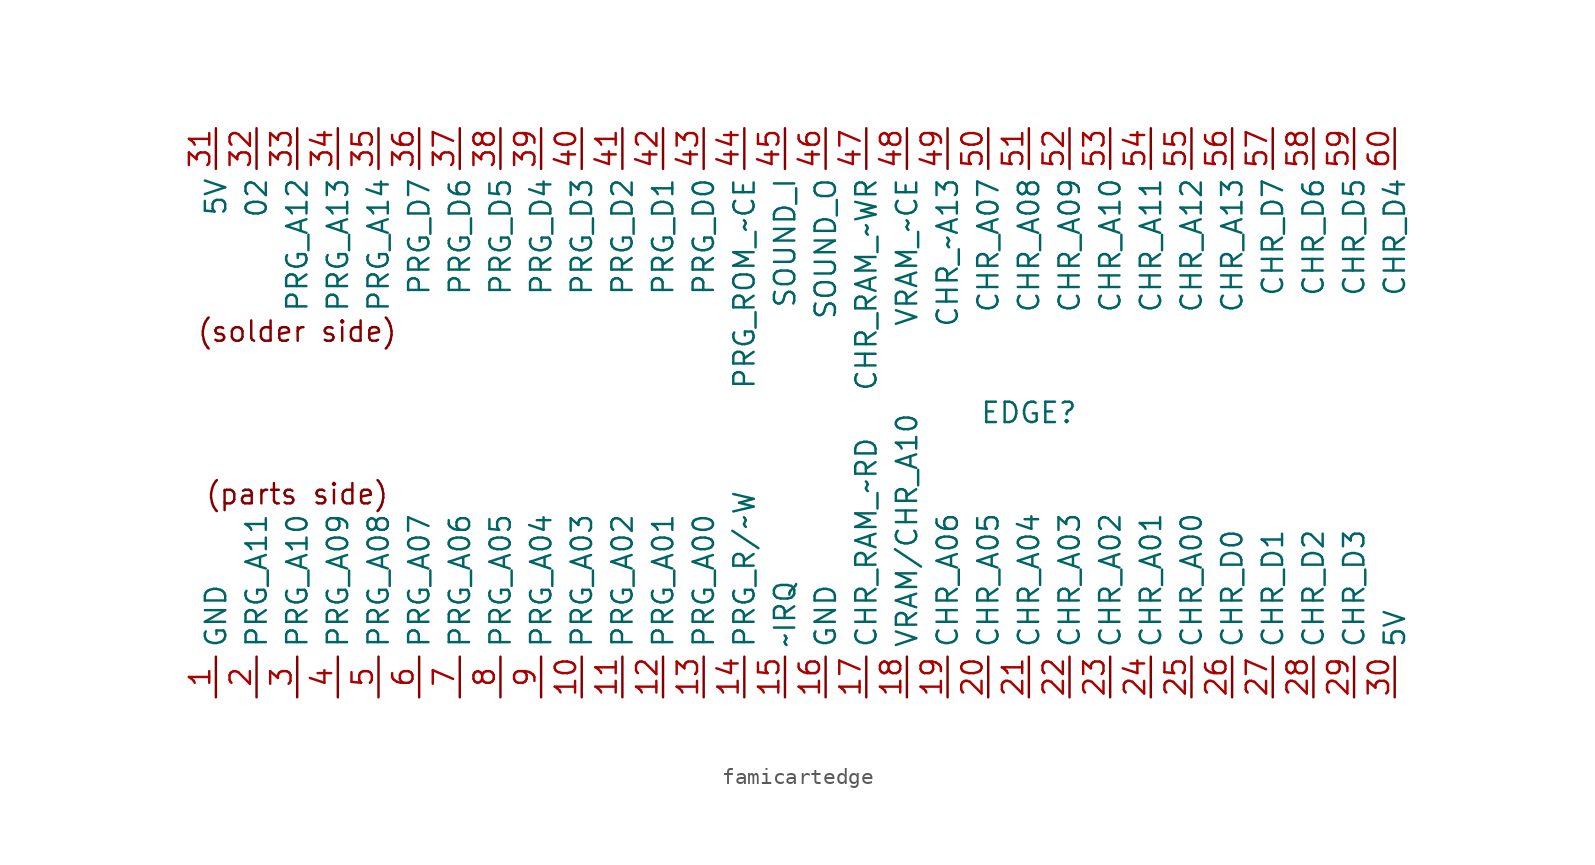
<source format=kicad_sym>
(kicad_symbol_lib
  (version 20220914)
  (generator kicad_symbol_editor)
  (symbol "famicartedge"
    (property "Reference" "EDGE"
      (at 20.32 -2.54 0)
      (effects (font (size 1.27 1.27))))
    (property "Value" ""
      (at 0 0 0)
      (effects (font (size 1.27 1.27))))
    (symbol "famicartedge_1_1"
      (text "(parts side)" (at -25.4 -7.62 0) (effects (font (size 1.27 1.27))))
      (text "(solder side)" (at -25.4 2.54 0) (effects (font (size 1.27 1.27))))
      (pin input line (at -30.48 -20.32 90) (length 2.54) (name "GND" (effects (font (size 1.27 1.27)))) (number "1" (effects (font (size 1.27 1.27)))))
      (pin input line (at -7.62 -20.32 90) (length 2.54) (name "PRG_A03" (effects (font (size 1.27 1.27)))) (number "10" (effects (font (size 1.27 1.27)))))
      (pin input line (at -5.08 -20.32 90) (length 2.54) (name "PRG_A02" (effects (font (size 1.27 1.27)))) (number "11" (effects (font (size 1.27 1.27)))))
      (pin input line (at -2.54 -20.32 90) (length 2.54) (name "PRG_A01" (effects (font (size 1.27 1.27)))) (number "12" (effects (font (size 1.27 1.27)))))
      (pin input line (at 0 -20.32 90) (length 2.54) (name "PRG_A00" (effects (font (size 1.27 1.27)))) (number "13" (effects (font (size 1.27 1.27)))))
      (pin input line (at 2.54 -20.32 90) (length 2.54) (name "PRG_R/~W" (effects (font (size 1.27 1.27)))) (number "14" (effects (font (size 1.27 1.27)))))
      (pin input line (at 5.08 -20.32 90) (length 2.54) (name "~IRQ" (effects (font (size 1.27 1.27)))) (number "15" (effects (font (size 1.27 1.27)))))
      (pin input line (at 7.62 -20.32 90) (length 2.54) (name "GND" (effects (font (size 1.27 1.27)))) (number "16" (effects (font (size 1.27 1.27)))))
      (pin input line (at 10.16 -20.32 90) (length 2.54) (name "CHR_RAM_~RD" (effects (font (size 1.27 1.27)))) (number "17" (effects (font (size 1.27 1.27)))))
      (pin input line (at 12.7 -20.32 90) (length 2.54) (name "VRAM/CHR_A10" (effects (font (size 1.27 1.27)))) (number "18" (effects (font (size 1.27 1.27)))))
      (pin input line (at 15.24 -20.32 90) (length 2.54) (name "CHR_A06" (effects (font (size 1.27 1.27)))) (number "19" (effects (font (size 1.27 1.27)))))
      (pin input line (at -27.94 -20.32 90) (length 2.54) (name "PRG_A11" (effects (font (size 1.27 1.27)))) (number "2" (effects (font (size 1.27 1.27)))))
      (pin input line (at 17.78 -20.32 90) (length 2.54) (name "CHR_A05" (effects (font (size 1.27 1.27)))) (number "20" (effects (font (size 1.27 1.27)))))
      (pin input line (at 20.32 -20.32 90) (length 2.54) (name "CHR_A04" (effects (font (size 1.27 1.27)))) (number "21" (effects (font (size 1.27 1.27)))))
      (pin input line (at 22.86 -20.32 90) (length 2.54) (name "CHR_A03" (effects (font (size 1.27 1.27)))) (number "22" (effects (font (size 1.27 1.27)))))
      (pin input line (at 25.4 -20.32 90) (length 2.54) (name "CHR_A02" (effects (font (size 1.27 1.27)))) (number "23" (effects (font (size 1.27 1.27)))))
      (pin input line (at 27.94 -20.32 90) (length 2.54) (name "CHR_A01" (effects (font (size 1.27 1.27)))) (number "24" (effects (font (size 1.27 1.27)))))
      (pin input line (at 30.48 -20.32 90) (length 2.54) (name "CHR_A00" (effects (font (size 1.27 1.27)))) (number "25" (effects (font (size 1.27 1.27)))))
      (pin input line (at 33.02 -20.32 90) (length 2.54) (name "CHR_D0" (effects (font (size 1.27 1.27)))) (number "26" (effects (font (size 1.27 1.27)))))
      (pin input line (at 35.56 -20.32 90) (length 2.54) (name "CHR_D1" (effects (font (size 1.27 1.27)))) (number "27" (effects (font (size 1.27 1.27)))))
      (pin input line (at 38.1 -20.32 90) (length 2.54) (name "CHR_D2" (effects (font (size 1.27 1.27)))) (number "28" (effects (font (size 1.27 1.27)))))
      (pin input line (at 40.64 -20.32 90) (length 2.54) (name "CHR_D3" (effects (font (size 1.27 1.27)))) (number "29" (effects (font (size 1.27 1.27)))))
      (pin input line (at -25.4 -20.32 90) (length 2.54) (name "PRG_A10" (effects (font (size 1.27 1.27)))) (number "3" (effects (font (size 1.27 1.27)))))
      (pin input line (at 43.18 -20.32 90) (length 2.54) (name "5V" (effects (font (size 1.27 1.27)))) (number "30" (effects (font (size 1.27 1.27)))))
      (pin input line (at -30.48 15.24 270) (length 2.54) (name "5V" (effects (font (size 1.27 1.27)))) (number "31" (effects (font (size 1.27 1.27)))))
      (pin input line (at -27.94 15.24 270) (length 2.54) (name "02" (effects (font (size 1.27 1.27)))) (number "32" (effects (font (size 1.27 1.27)))))
      (pin input line (at -25.4 15.24 270) (length 2.54) (name "PRG_A12" (effects (font (size 1.27 1.27)))) (number "33" (effects (font (size 1.27 1.27)))))
      (pin input line (at -22.86 15.24 270) (length 2.54) (name "PRG_A13" (effects (font (size 1.27 1.27)))) (number "34" (effects (font (size 1.27 1.27)))))
      (pin input line (at -20.32 15.24 270) (length 2.54) (name "PRG_A14" (effects (font (size 1.27 1.27)))) (number "35" (effects (font (size 1.27 1.27)))))
      (pin input line (at -17.78 15.24 270) (length 2.54) (name "PRG_D7" (effects (font (size 1.27 1.27)))) (number "36" (effects (font (size 1.27 1.27)))))
      (pin input line (at -15.24 15.24 270) (length 2.54) (name "PRG_D6" (effects (font (size 1.27 1.27)))) (number "37" (effects (font (size 1.27 1.27)))))
      (pin input line (at -12.7 15.24 270) (length 2.54) (name "PRG_D5" (effects (font (size 1.27 1.27)))) (number "38" (effects (font (size 1.27 1.27)))))
      (pin input line (at -10.16 15.24 270) (length 2.54) (name "PRG_D4" (effects (font (size 1.27 1.27)))) (number "39" (effects (font (size 1.27 1.27)))))
      (pin input line (at -22.86 -20.32 90) (length 2.54) (name "PRG_A09" (effects (font (size 1.27 1.27)))) (number "4" (effects (font (size 1.27 1.27)))))
      (pin input line (at -7.62 15.24 270) (length 2.54) (name "PRG_D3" (effects (font (size 1.27 1.27)))) (number "40" (effects (font (size 1.27 1.27)))))
      (pin input line (at -5.08 15.24 270) (length 2.54) (name "PRG_D2" (effects (font (size 1.27 1.27)))) (number "41" (effects (font (size 1.27 1.27)))))
      (pin input line (at -2.54 15.24 270) (length 2.54) (name "PRG_D1" (effects (font (size 1.27 1.27)))) (number "42" (effects (font (size 1.27 1.27)))))
      (pin input line (at 0 15.24 270) (length 2.54) (name "PRG_D0" (effects (font (size 1.27 1.27)))) (number "43" (effects (font (size 1.27 1.27)))))
      (pin input line (at 2.54 15.24 270) (length 2.54) (name "PRG_ROM_~CE" (effects (font (size 1.27 1.27)))) (number "44" (effects (font (size 1.27 1.27)))))
      (pin input line (at 5.08 15.24 270) (length 2.54) (name "SOUND_I" (effects (font (size 1.27 1.27)))) (number "45" (effects (font (size 1.27 1.27)))))
      (pin input line (at 7.62 15.24 270) (length 2.54) (name "SOUND_O" (effects (font (size 1.27 1.27)))) (number "46" (effects (font (size 1.27 1.27)))))
      (pin input line (at 10.16 15.24 270) (length 2.54) (name "CHR_RAM_~WR" (effects (font (size 1.27 1.27)))) (number "47" (effects (font (size 1.27 1.27)))))
      (pin input line (at 12.7 15.24 270) (length 2.54) (name "VRAM_~CE" (effects (font (size 1.27 1.27)))) (number "48" (effects (font (size 1.27 1.27)))))
      (pin input line (at 15.24 15.24 270) (length 2.54) (name "CHR_~A13" (effects (font (size 1.27 1.27)))) (number "49" (effects (font (size 1.27 1.27)))))
      (pin input line (at -20.32 -20.32 90) (length 2.54) (name "PRG_A08" (effects (font (size 1.27 1.27)))) (number "5" (effects (font (size 1.27 1.27)))))
      (pin input line (at 17.78 15.24 270) (length 2.54) (name "CHR_A07" (effects (font (size 1.27 1.27)))) (number "50" (effects (font (size 1.27 1.27)))))
      (pin input line (at 20.32 15.24 270) (length 2.54) (name "CHR_A08" (effects (font (size 1.27 1.27)))) (number "51" (effects (font (size 1.27 1.27)))))
      (pin input line (at 22.86 15.24 270) (length 2.54) (name "CHR_A09" (effects (font (size 1.27 1.27)))) (number "52" (effects (font (size 1.27 1.27)))))
      (pin input line (at 25.4 15.24 270) (length 2.54) (name "CHR_A10" (effects (font (size 1.27 1.27)))) (number "53" (effects (font (size 1.27 1.27)))))
      (pin input line (at 27.94 15.24 270) (length 2.54) (name "CHR_A11" (effects (font (size 1.27 1.27)))) (number "54" (effects (font (size 1.27 1.27)))))
      (pin input line (at 30.48 15.24 270) (length 2.54) (name "CHR_A12" (effects (font (size 1.27 1.27)))) (number "55" (effects (font (size 1.27 1.27)))))
      (pin input line (at 33.02 15.24 270) (length 2.54) (name "CHR_A13" (effects (font (size 1.27 1.27)))) (number "56" (effects (font (size 1.27 1.27)))))
      (pin input line (at 35.56 15.24 270) (length 2.54) (name "CHR_D7" (effects (font (size 1.27 1.27)))) (number "57" (effects (font (size 1.27 1.27)))))
      (pin input line (at 38.1 15.24 270) (length 2.54) (name "CHR_D6" (effects (font (size 1.27 1.27)))) (number "58" (effects (font (size 1.27 1.27)))))
      (pin input line (at 40.64 15.24 270) (length 2.54) (name "CHR_D5" (effects (font (size 1.27 1.27)))) (number "59" (effects (font (size 1.27 1.27)))))
      (pin input line (at -17.78 -20.32 90) (length 2.54) (name "PRG_A07" (effects (font (size 1.27 1.27)))) (number "6" (effects (font (size 1.27 1.27)))))
      (pin input line (at 43.18 15.24 270) (length 2.54) (name "CHR_D4" (effects (font (size 1.27 1.27)))) (number "60" (effects (font (size 1.27 1.27)))))
      (pin input line (at -15.24 -20.32 90) (length 2.54) (name "PRG_A06" (effects (font (size 1.27 1.27)))) (number "7" (effects (font (size 1.27 1.27)))))
      (pin input line (at -12.7 -20.32 90) (length 2.54) (name "PRG_A05" (effects (font (size 1.27 1.27)))) (number "8" (effects (font (size 1.27 1.27)))))
      (pin input line (at -10.16 -20.32 90) (length 2.54) (name "PRG_A04" (effects (font (size 1.27 1.27)))) (number "9" (effects (font (size 1.27 1.27))))))))
</source>
